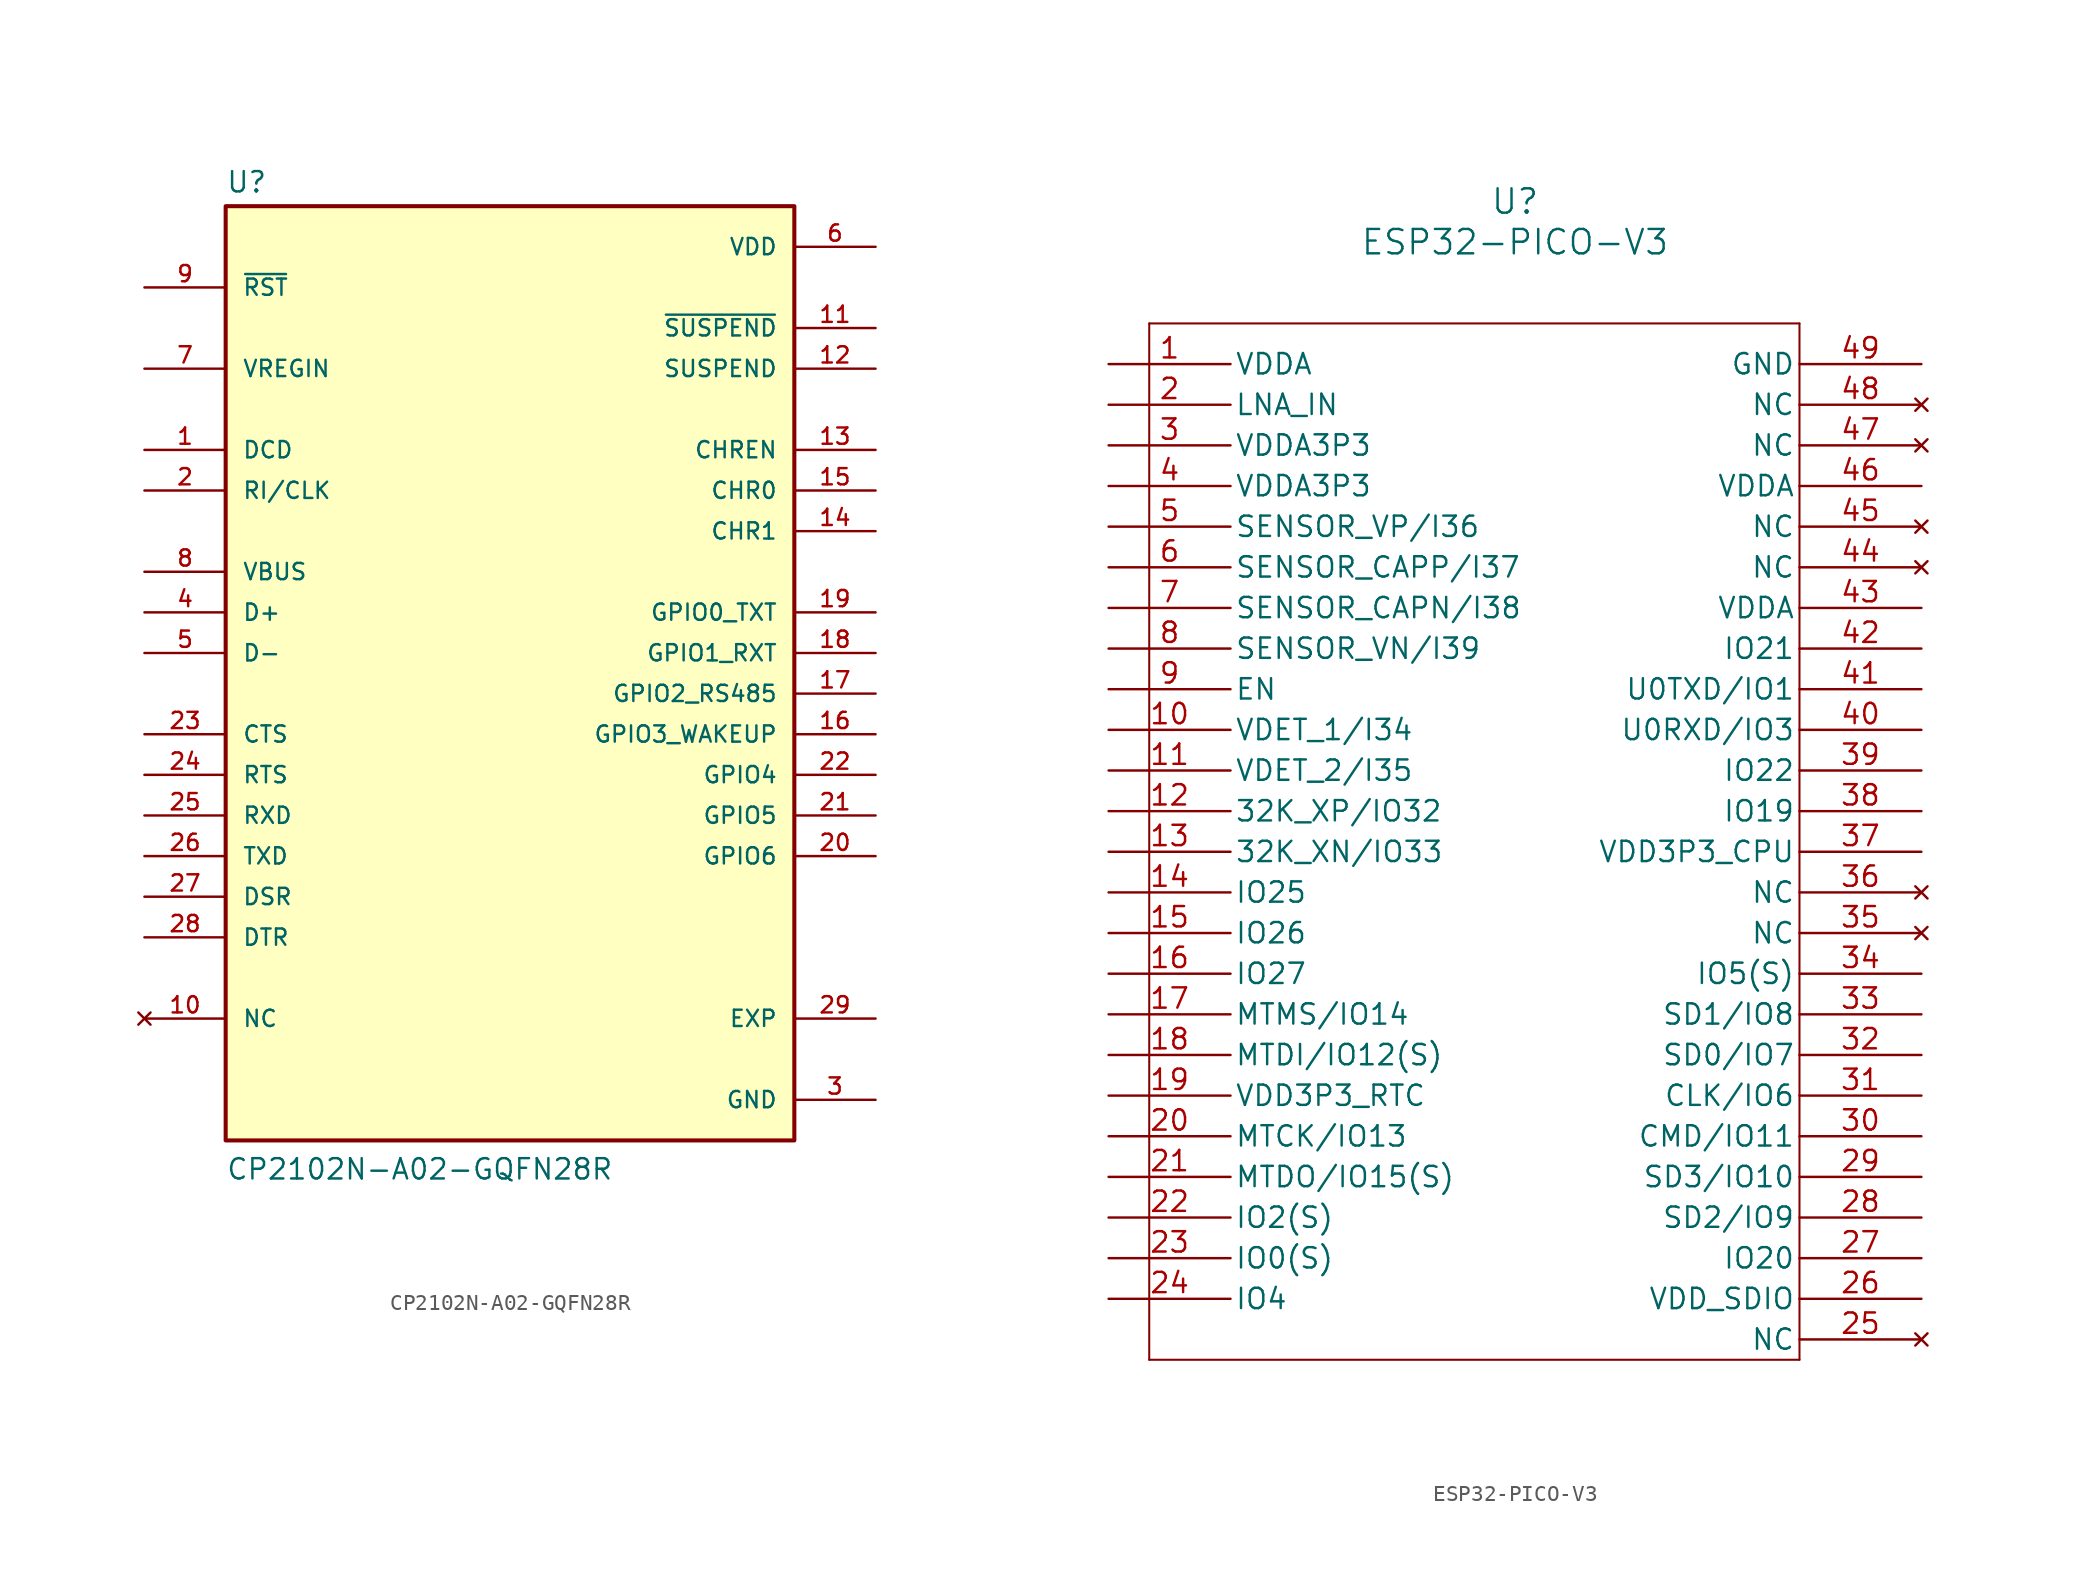
<source format=kicad_sym>
(kicad_symbol_lib
  (version 20241209)
  (generator "kicad_symbol_editor")
  (generator_version "9.0")
  (symbol "CP2102N-A02-GQFN28R"
    (pin_names
      (offset 1.016))
    (property "Reference" "U"
      (at -17.78 28.702 0)
      (effects (font (size 1.27 1.27)) (justify left bottom)))
    (property "Value" "CP2102N-A02-GQFN28R"
      (at -17.78 -33.02 0)
      (effects (font (size 1.27 1.27)) (justify left bottom)))
    (symbol "CP2102N-A02-GQFN28R_0_0"
      (rectangle (start -17.78 -30.48) (end 17.78 27.94) (stroke (width 0.254) (type default)) (fill (type background)))
      (pin input line (at -22.86 22.86 0) (length 5.08) (name "~{RST}" (effects (font (size 1.016 1.016)))) (number "9" (effects (font (size 1.016 1.016)))))
      (pin input line (at -22.86 17.78 0) (length 5.08) (name "VREGIN" (effects (font (size 1.016 1.016)))) (number "7" (effects (font (size 1.016 1.016)))))
      (pin input line (at -22.86 12.7 0) (length 5.08) (name "DCD" (effects (font (size 1.016 1.016)))) (number "1" (effects (font (size 1.016 1.016)))))
      (pin bidirectional line (at -22.86 10.16 0) (length 5.08) (name "RI/CLK" (effects (font (size 1.016 1.016)))) (number "2" (effects (font (size 1.016 1.016)))))
      (pin input line (at -22.86 5.08 0) (length 5.08) (name "VBUS" (effects (font (size 1.016 1.016)))) (number "8" (effects (font (size 1.016 1.016)))))
      (pin bidirectional line (at -22.86 2.54 0) (length 5.08) (name "D+" (effects (font (size 1.016 1.016)))) (number "4" (effects (font (size 1.016 1.016)))))
      (pin bidirectional line (at -22.86 0 0) (length 5.08) (name "D-" (effects (font (size 1.016 1.016)))) (number "5" (effects (font (size 1.016 1.016)))))
      (pin input line (at -22.86 -5.08 0) (length 5.08) (name "CTS" (effects (font (size 1.016 1.016)))) (number "23" (effects (font (size 1.016 1.016)))))
      (pin output line (at -22.86 -7.62 0) (length 5.08) (name "RTS" (effects (font (size 1.016 1.016)))) (number "24" (effects (font (size 1.016 1.016)))))
      (pin input line (at -22.86 -10.16 0) (length 5.08) (name "RXD" (effects (font (size 1.016 1.016)))) (number "25" (effects (font (size 1.016 1.016)))))
      (pin output line (at -22.86 -12.7 0) (length 5.08) (name "TXD" (effects (font (size 1.016 1.016)))) (number "26" (effects (font (size 1.016 1.016)))))
      (pin input line (at -22.86 -15.24 0) (length 5.08) (name "DSR" (effects (font (size 1.016 1.016)))) (number "27" (effects (font (size 1.016 1.016)))))
      (pin output line (at -22.86 -17.78 0) (length 5.08) (name "DTR" (effects (font (size 1.016 1.016)))) (number "28" (effects (font (size 1.016 1.016)))))
      (pin no_connect line (at -22.86 -22.86 0) (length 5.08) (name "NC" (effects (font (size 1.016 1.016)))) (number "10" (effects (font (size 1.016 1.016)))))
      (pin power_in line (at 22.86 25.4 180) (length 5.08) (name "VDD" (effects (font (size 1.016 1.016)))) (number "6" (effects (font (size 1.016 1.016)))))
      (pin output line (at 22.86 20.32 180) (length 5.08) (name "~{SUSPEND}" (effects (font (size 1.016 1.016)))) (number "11" (effects (font (size 1.016 1.016)))))
      (pin output line (at 22.86 17.78 180) (length 5.08) (name "SUSPEND" (effects (font (size 1.016 1.016)))) (number "12" (effects (font (size 1.016 1.016)))))
      (pin output line (at 22.86 12.7 180) (length 5.08) (name "CHREN" (effects (font (size 1.016 1.016)))) (number "13" (effects (font (size 1.016 1.016)))))
      (pin output line (at 22.86 10.16 180) (length 5.08) (name "CHR0" (effects (font (size 1.016 1.016)))) (number "15" (effects (font (size 1.016 1.016)))))
      (pin output line (at 22.86 7.62 180) (length 5.08) (name "CHR1" (effects (font (size 1.016 1.016)))) (number "14" (effects (font (size 1.016 1.016)))))
      (pin bidirectional line (at 22.86 2.54 180) (length 5.08) (name "GPIO0_TXT" (effects (font (size 1.016 1.016)))) (number "19" (effects (font (size 1.016 1.016)))))
      (pin bidirectional line (at 22.86 0 180) (length 5.08) (name "GPIO1_RXT" (effects (font (size 1.016 1.016)))) (number "18" (effects (font (size 1.016 1.016)))))
      (pin bidirectional line (at 22.86 -2.54 180) (length 5.08) (name "GPIO2_RS485" (effects (font (size 1.016 1.016)))) (number "17" (effects (font (size 1.016 1.016)))))
      (pin bidirectional line (at 22.86 -5.08 180) (length 5.08) (name "GPIO3_WAKEUP" (effects (font (size 1.016 1.016)))) (number "16" (effects (font (size 1.016 1.016)))))
      (pin bidirectional line (at 22.86 -7.62 180) (length 5.08) (name "GPIO4" (effects (font (size 1.016 1.016)))) (number "22" (effects (font (size 1.016 1.016)))))
      (pin bidirectional line (at 22.86 -10.16 180) (length 5.08) (name "GPIO5" (effects (font (size 1.016 1.016)))) (number "21" (effects (font (size 1.016 1.016)))))
      (pin bidirectional line (at 22.86 -12.7 180) (length 5.08) (name "GPIO6" (effects (font (size 1.016 1.016)))) (number "20" (effects (font (size 1.016 1.016)))))
      (pin power_in line (at 22.86 -22.86 180) (length 5.08) (name "EXP" (effects (font (size 1.016 1.016)))) (number "29" (effects (font (size 1.016 1.016)))))
      (pin power_in line (at 22.86 -27.94 180) (length 5.08) (name "GND" (effects (font (size 1.016 1.016)))) (number "3" (effects (font (size 1.016 1.016)))))))
  (symbol "ESP32-PICO-V3"
    (pin_names
      (offset 0.254))
    (property "Reference" "U"
      (at 38.1 10.16 0)
      (effects (font (size 1.524 1.524))))
    (property "Value" "ESP32-PICO-V3"
      (at 38.1 7.62 0)
      (effects (font (size 1.524 1.524))))
    (symbol "ESP32-PICO-V3_0_1"
      (polyline (pts (xy 15.24 2.54) (xy 15.24 -62.23)) (stroke (width 0.127) (type default)) (fill (type none)))
      (polyline (pts (xy 15.24 -62.23) (xy 55.88 -62.23)) (stroke (width 0.127) (type default)) (fill (type none)))
      (polyline (pts (xy 55.88 2.54) (xy 15.24 2.54)) (stroke (width 0.127) (type default)) (fill (type none)))
      (polyline (pts (xy 55.88 -62.23) (xy 55.88 2.54)) (stroke (width 0.127) (type default)) (fill (type none)))
      (pin power_in line (at 12.7 0 0) (length 7.62) (name "VDDA" (effects (font (size 1.27 1.27)))) (number "1" (effects (font (size 1.27 1.27)))))
      (pin unspecified line (at 12.7 -2.54 0) (length 7.62) (name "LNA_IN" (effects (font (size 1.27 1.27)))) (number "2" (effects (font (size 1.27 1.27)))))
      (pin power_in line (at 12.7 -5.08 0) (length 7.62) (name "VDDA3P3" (effects (font (size 1.27 1.27)))) (number "3" (effects (font (size 1.27 1.27)))))
      (pin power_in line (at 12.7 -7.62 0) (length 7.62) (name "VDDA3P3" (effects (font (size 1.27 1.27)))) (number "4" (effects (font (size 1.27 1.27)))))
      (pin unspecified line (at 12.7 -10.16 0) (length 7.62) (name "SENSOR_VP/I36" (effects (font (size 1.27 1.27)))) (number "5" (effects (font (size 1.27 1.27)))))
      (pin unspecified line (at 12.7 -12.7 0) (length 7.62) (name "SENSOR_CAPP/I37" (effects (font (size 1.27 1.27)))) (number "6" (effects (font (size 1.27 1.27)))))
      (pin unspecified line (at 12.7 -15.24 0) (length 7.62) (name "SENSOR_CAPN/I38" (effects (font (size 1.27 1.27)))) (number "7" (effects (font (size 1.27 1.27)))))
      (pin unspecified line (at 12.7 -17.78 0) (length 7.62) (name "SENSOR_VN/I39" (effects (font (size 1.27 1.27)))) (number "8" (effects (font (size 1.27 1.27)))))
      (pin unspecified line (at 12.7 -20.32 0) (length 7.62) (name "EN" (effects (font (size 1.27 1.27)))) (number "9" (effects (font (size 1.27 1.27)))))
      (pin bidirectional line (at 12.7 -22.86 0) (length 7.62) (name "VDET_1/I34" (effects (font (size 1.27 1.27)))) (number "10" (effects (font (size 1.27 1.27)))))
      (pin unspecified line (at 12.7 -25.4 0) (length 7.62) (name "VDET_2/I35" (effects (font (size 1.27 1.27)))) (number "11" (effects (font (size 1.27 1.27)))))
      (pin bidirectional line (at 12.7 -27.94 0) (length 7.62) (name "32K_XP/IO32" (effects (font (size 1.27 1.27)))) (number "12" (effects (font (size 1.27 1.27)))))
      (pin bidirectional line (at 12.7 -30.48 0) (length 7.62) (name "32K_XN/IO33" (effects (font (size 1.27 1.27)))) (number "13" (effects (font (size 1.27 1.27)))))
      (pin bidirectional line (at 12.7 -33.02 0) (length 7.62) (name "IO25" (effects (font (size 1.27 1.27)))) (number "14" (effects (font (size 1.27 1.27)))))
      (pin bidirectional line (at 12.7 -35.56 0) (length 7.62) (name "IO26" (effects (font (size 1.27 1.27)))) (number "15" (effects (font (size 1.27 1.27)))))
      (pin bidirectional line (at 12.7 -38.1 0) (length 7.62) (name "IO27" (effects (font (size 1.27 1.27)))) (number "16" (effects (font (size 1.27 1.27)))))
      (pin unspecified line (at 12.7 -40.64 0) (length 7.62) (name "MTMS/IO14" (effects (font (size 1.27 1.27)))) (number "17" (effects (font (size 1.27 1.27)))))
      (pin power_in line (at 12.7 -45.72 0) (length 7.62) (name "VDD3P3_RTC" (effects (font (size 1.27 1.27)))) (number "19" (effects (font (size 1.27 1.27)))))
      (pin unspecified line (at 12.7 -48.26 0) (length 7.62) (name "MTCK/IO13" (effects (font (size 1.27 1.27)))) (number "20" (effects (font (size 1.27 1.27)))))
      (pin bidirectional line (at 12.7 -58.42 0) (length 7.62) (name "IO4" (effects (font (size 1.27 1.27)))) (number "24" (effects (font (size 1.27 1.27)))))
      (pin power_out line (at 63.5 0 180) (length 7.62) (name "GND" (effects (font (size 1.27 1.27)))) (number "49" (effects (font (size 1.27 1.27)))))
      (pin no_connect line (at 63.5 -2.54 180) (length 7.62) (name "NC" (effects (font (size 1.27 1.27)))) (number "48" (effects (font (size 1.27 1.27)))))
      (pin no_connect line (at 63.5 -5.08 180) (length 7.62) (name "NC" (effects (font (size 1.27 1.27)))) (number "47" (effects (font (size 1.27 1.27)))))
      (pin power_in line (at 63.5 -7.62 180) (length 7.62) (name "VDDA" (effects (font (size 1.27 1.27)))) (number "46" (effects (font (size 1.27 1.27)))))
      (pin no_connect line (at 63.5 -10.16 180) (length 7.62) (name "NC" (effects (font (size 1.27 1.27)))) (number "45" (effects (font (size 1.27 1.27)))))
      (pin no_connect line (at 63.5 -12.7 180) (length 7.62) (name "NC" (effects (font (size 1.27 1.27)))) (number "44" (effects (font (size 1.27 1.27)))))
      (pin power_in line (at 63.5 -15.24 180) (length 7.62) (name "VDDA" (effects (font (size 1.27 1.27)))) (number "43" (effects (font (size 1.27 1.27)))))
      (pin bidirectional line (at 63.5 -17.78 180) (length 7.62) (name "IO21" (effects (font (size 1.27 1.27)))) (number "42" (effects (font (size 1.27 1.27)))))
      (pin bidirectional line (at 63.5 -20.32 180) (length 7.62) (name "U0TXD/IO1" (effects (font (size 1.27 1.27)))) (number "41" (effects (font (size 1.27 1.27)))))
      (pin bidirectional line (at 63.5 -22.86 180) (length 7.62) (name "U0RXD/IO3" (effects (font (size 1.27 1.27)))) (number "40" (effects (font (size 1.27 1.27)))))
      (pin bidirectional line (at 63.5 -25.4 180) (length 7.62) (name "IO22" (effects (font (size 1.27 1.27)))) (number "39" (effects (font (size 1.27 1.27)))))
      (pin bidirectional line (at 63.5 -27.94 180) (length 7.62) (name "IO19" (effects (font (size 1.27 1.27)))) (number "38" (effects (font (size 1.27 1.27)))))
      (pin power_in line (at 63.5 -30.48 180) (length 7.62) (name "VDD3P3_CPU" (effects (font (size 1.27 1.27)))) (number "37" (effects (font (size 1.27 1.27)))))
      (pin no_connect line (at 63.5 -33.02 180) (length 7.62) (name "NC" (effects (font (size 1.27 1.27)))) (number "36" (effects (font (size 1.27 1.27)))))
      (pin no_connect line (at 63.5 -35.56 180) (length 7.62) (name "NC" (effects (font (size 1.27 1.27)))) (number "35" (effects (font (size 1.27 1.27)))))
      (pin bidirectional line (at 63.5 -40.64 180) (length 7.62) (name "SD1/IO8" (effects (font (size 1.27 1.27)))) (number "33" (effects (font (size 1.27 1.27)))))
      (pin bidirectional line (at 63.5 -43.18 180) (length 7.62) (name "SD0/IO7" (effects (font (size 1.27 1.27)))) (number "32" (effects (font (size 1.27 1.27)))))
      (pin unspecified line (at 63.5 -45.72 180) (length 7.62) (name "CLK/IO6" (effects (font (size 1.27 1.27)))) (number "31" (effects (font (size 1.27 1.27)))))
      (pin unspecified line (at 63.5 -48.26 180) (length 7.62) (name "CMD/IO11" (effects (font (size 1.27 1.27)))) (number "30" (effects (font (size 1.27 1.27)))))
      (pin bidirectional line (at 63.5 -50.8 180) (length 7.62) (name "SD3/IO10" (effects (font (size 1.27 1.27)))) (number "29" (effects (font (size 1.27 1.27)))))
      (pin bidirectional line (at 63.5 -53.34 180) (length 7.62) (name "SD2/IO9" (effects (font (size 1.27 1.27)))) (number "28" (effects (font (size 1.27 1.27)))))
      (pin bidirectional line (at 63.5 -55.88 180) (length 7.62) (name "IO20" (effects (font (size 1.27 1.27)))) (number "27" (effects (font (size 1.27 1.27)))))
      (pin power_in line (at 63.5 -58.42 180) (length 7.62) (name "VDD_SDIO" (effects (font (size 1.27 1.27)))) (number "26" (effects (font (size 1.27 1.27)))))
      (pin no_connect line (at 63.5 -60.96 180) (length 7.62) (name "NC" (effects (font (size 1.27 1.27)))) (number "25" (effects (font (size 1.27 1.27))))))
    (symbol "ESP32-PICO-V3_1_1"
      (pin unspecified line (at 12.7 -43.18 0) (length 7.62) (name "MTDI/IO12(S)" (effects (font (size 1.27 1.27)))) (number "18" (effects (font (size 1.27 1.27)))))
      (pin unspecified line (at 12.7 -50.8 0) (length 7.62) (name "MTDO/IO15(S)" (effects (font (size 1.27 1.27)))) (number "21" (effects (font (size 1.27 1.27)))))
      (pin bidirectional line (at 12.7 -53.34 0) (length 7.62) (name "IO2(S)" (effects (font (size 1.27 1.27)))) (number "22" (effects (font (size 1.27 1.27)))))
      (pin bidirectional line (at 12.7 -55.88 0) (length 7.62) (name "IO0(S)" (effects (font (size 1.27 1.27)))) (number "23" (effects (font (size 1.27 1.27)))))
      (pin bidirectional line (at 63.5 -38.1 180) (length 7.62) (name "IO5(S)" (effects (font (size 1.27 1.27)))) (number "34" (effects (font (size 1.27 1.27))))))))
</source>
